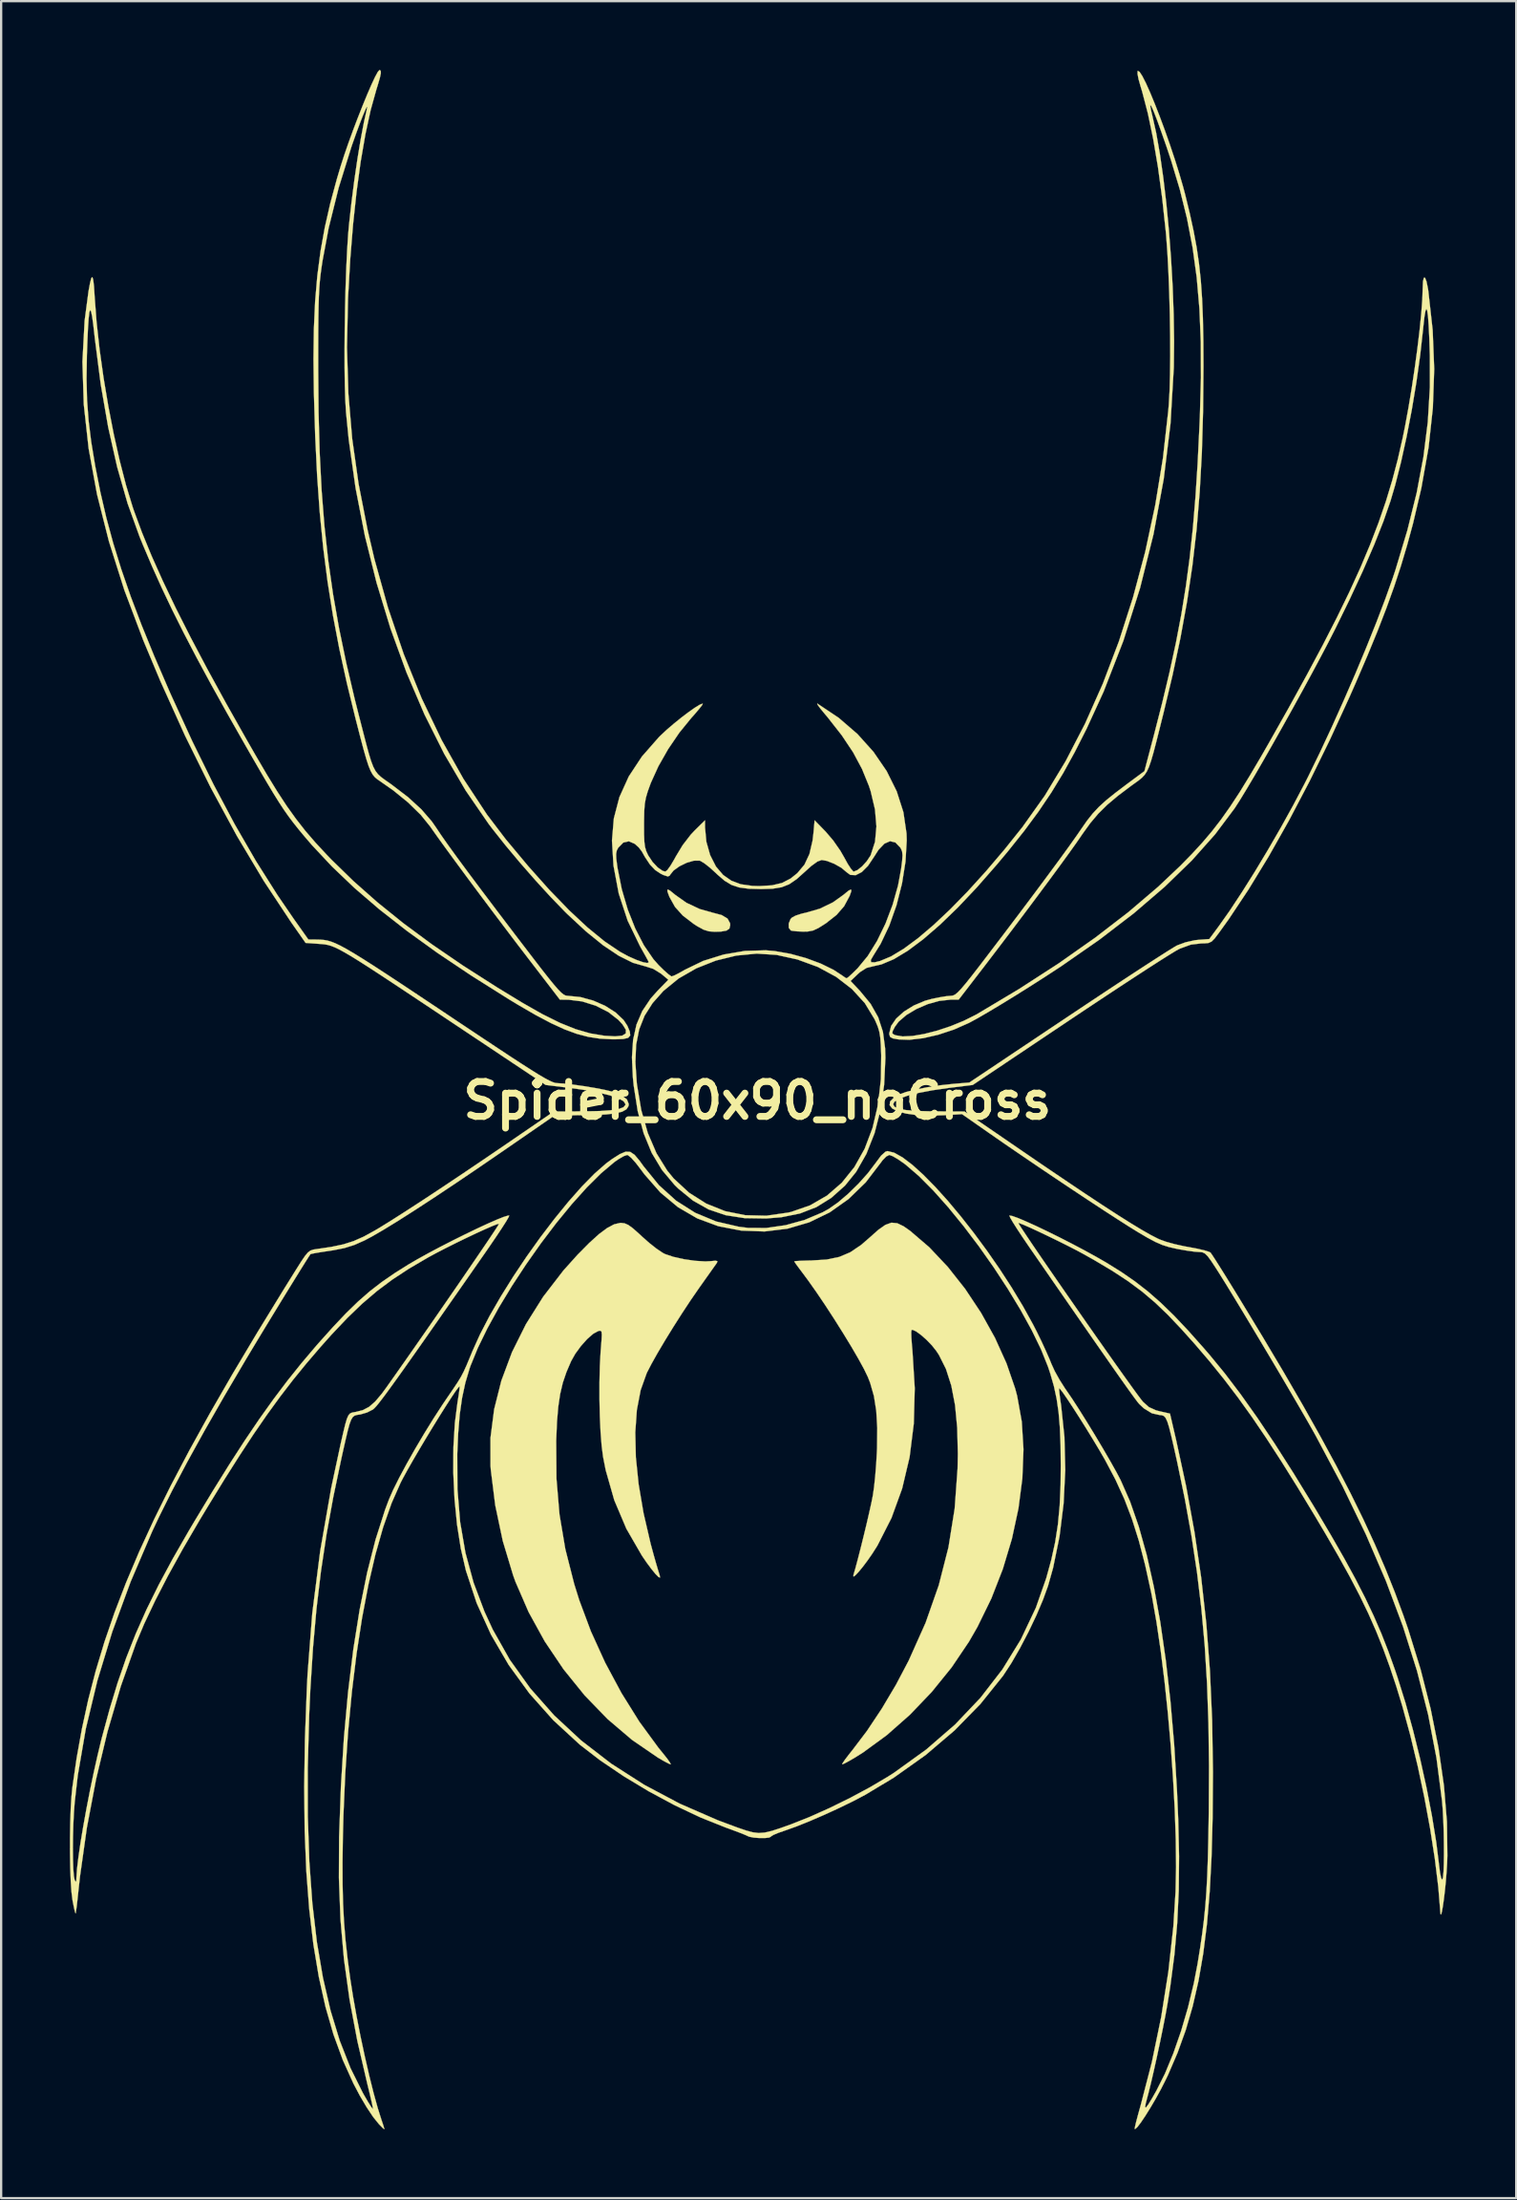
<source format=kicad_pcb>
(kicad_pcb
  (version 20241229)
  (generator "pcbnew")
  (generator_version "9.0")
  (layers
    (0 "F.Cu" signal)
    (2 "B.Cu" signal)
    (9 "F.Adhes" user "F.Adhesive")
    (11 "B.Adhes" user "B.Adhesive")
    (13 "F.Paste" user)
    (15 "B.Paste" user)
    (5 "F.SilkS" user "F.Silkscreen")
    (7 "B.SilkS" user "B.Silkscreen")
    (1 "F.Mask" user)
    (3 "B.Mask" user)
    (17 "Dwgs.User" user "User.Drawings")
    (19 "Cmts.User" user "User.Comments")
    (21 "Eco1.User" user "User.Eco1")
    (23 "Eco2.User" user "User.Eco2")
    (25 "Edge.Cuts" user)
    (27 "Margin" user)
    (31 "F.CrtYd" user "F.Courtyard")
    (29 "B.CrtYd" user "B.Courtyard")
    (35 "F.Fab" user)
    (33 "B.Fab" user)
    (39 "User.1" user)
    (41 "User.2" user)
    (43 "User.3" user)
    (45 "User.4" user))
  (footprint "Spider_60x90_noCross"
    (layer "F.Cu")
    (at 30.01 44.963)
    (property "Reference" "Spider_60x90_noCross" (at 0 0 0) (layer "F.SilkS") (effects (font (size 1.524 1.524) (thickness 0.3))))
    (attr through_hole)
    (fp_poly (pts (xy -3.82 -9.167) (xy -3.612 -8.998) (xy -3.585 -8.975) (xy -3.096 -8.63) (xy -2.517 -8.358) (xy -1.964 -8.202) (xy -1.556 -8.093) (xy -1.303 -7.941) (xy -1.192 -7.738) (xy -1.185 -7.658) (xy -1.221 -7.507) (xy -1.346 -7.417) (xy -1.59 -7.374) (xy -1.86 -7.366) (xy -2.115 -7.385) (xy -2.346 -7.456) (xy -2.615 -7.602) (xy -2.786 -7.713) (xy -3.256 -8.073) (xy -3.594 -8.448) (xy -3.835 -8.879) (xy -3.851 -8.916) (xy -3.928 -9.128) (xy -3.922 -9.211) (xy -3.82 -9.167)) (stroke (width 0.01) (type solid)) (fill yes) (layer "F.SilkS"))
    (fp_poly (pts (xy 4.101 -9.142) (xy 4.032 -8.943) (xy 4.02 -8.916) (xy 3.785 -8.479) (xy 3.456 -8.101) (xy 2.998 -7.741) (xy 2.956 -7.713) (xy 2.656 -7.525) (xy 2.426 -7.42) (xy 2.205 -7.378) (xy 2.001 -7.373) (xy 1.73 -7.384) (xy 1.523 -7.407) (xy 1.46 -7.422) (xy 1.37 -7.536) (xy 1.367 -7.723) (xy 1.445 -7.914) (xy 1.503 -7.98) (xy 1.666 -8.069) (xy 1.93 -8.155) (xy 2.133 -8.202) (xy 2.725 -8.372) (xy 3.299 -8.65) (xy 3.755 -8.975) (xy 3.973 -9.155) (xy 4.085 -9.212) (xy 4.101 -9.142)) (stroke (width 0.01) (type solid)) (fill yes) (layer "F.SilkS"))
    (fp_poly (pts (xy 6.105 5.349) (xy 6.381 5.481) (xy 6.671 5.684) (xy 7.504 6.398) (xy 8.31 7.252) (xy 9.07 8.215) (xy 9.763 9.257) (xy 10.371 10.35) (xy 10.874 11.462) (xy 11.254 12.564) (xy 11.338 12.879) (xy 11.541 14.004) (xy 11.615 15.213) (xy 11.566 16.482) (xy 11.396 17.789) (xy 11.111 19.113) (xy 10.715 20.43) (xy 10.212 21.72) (xy 9.606 22.959) (xy 9.236 23.603) (xy 8.481 24.722) (xy 7.613 25.793) (xy 6.66 26.789) (xy 5.65 27.68) (xy 4.61 28.439) (xy 4.269 28.653) (xy 4.01 28.804) (xy 3.807 28.913) (xy 3.704 28.956) (xy 3.703 28.956) (xy 3.724 28.896) (xy 3.835 28.734) (xy 4.014 28.5) (xy 4.141 28.342) (xy 4.785 27.493) (xy 5.432 26.522) (xy 6.053 25.476) (xy 6.606 24.426) (xy 7.343 22.778) (xy 7.919 21.138) (xy 8.341 19.486) (xy 8.612 17.797) (xy 8.739 16.049) (xy 8.751 15.409) (xy 8.723 14.275) (xy 8.629 13.287) (xy 8.466 12.435) (xy 8.232 11.707) (xy 7.924 11.093) (xy 7.811 10.921) (xy 7.617 10.677) (xy 7.383 10.435) (xy 7.144 10.224) (xy 6.932 10.069) (xy 6.778 9.998) (xy 6.728 10.008) (xy 6.716 10.107) (xy 6.722 10.336) (xy 6.745 10.659) (xy 6.769 10.921) (xy 6.869 12.549) (xy 6.827 14.094) (xy 6.644 15.553) (xy 6.319 16.925) (xy 5.854 18.206) (xy 5.249 19.394) (xy 5.199 19.477) (xy 5.008 19.776) (xy 4.802 20.071) (xy 4.599 20.34) (xy 4.417 20.56) (xy 4.277 20.709) (xy 4.195 20.764) (xy 4.19 20.702) (xy 4.191 20.701) (xy 4.272 20.425) (xy 4.38 20.023) (xy 4.505 19.536) (xy 4.637 19.004) (xy 4.767 18.467) (xy 4.883 17.965) (xy 4.978 17.538) (xy 5.039 17.23) (xy 5.093 16.86) (xy 5.144 16.377) (xy 5.187 15.837) (xy 5.218 15.294) (xy 5.224 15.153) (xy 5.233 14.275) (xy 5.189 13.53) (xy 5.087 12.886) (xy 4.923 12.313) (xy 4.822 12.055) (xy 4.655 11.71) (xy 4.407 11.257) (xy 4.095 10.722) (xy 3.737 10.135) (xy 3.352 9.524) (xy 2.956 8.916) (xy 2.567 8.341) (xy 2.203 7.826) (xy 1.976 7.521) (xy 1.796 7.281) (xy 1.665 7.101) (xy 1.61 7.015) (xy 1.609 7.013) (xy 1.688 6.999) (xy 1.897 6.987) (xy 2.2 6.977) (xy 2.362 6.974) (xy 3.022 6.933) (xy 3.571 6.82) (xy 4.056 6.614) (xy 4.526 6.298) (xy 4.915 5.96) (xy 5.292 5.626) (xy 5.594 5.416) (xy 5.854 5.325) (xy 6.105 5.349)) (stroke (width 0.01) (type solid)) (fill yes) (layer "F.SilkS"))
    (fp_poly (pts (xy -5.795 5.353) (xy -5.635 5.424) (xy -5.436 5.568) (xy -5.167 5.806) (xy -5.032 5.932) (xy -4.722 6.207) (xy -4.41 6.453) (xy -4.145 6.633) (xy -4.037 6.691) (xy -3.669 6.815) (xy -3.206 6.918) (xy -2.718 6.988) (xy -2.276 7.015) (xy -2.054 7.004) (xy -1.831 6.984) (xy -1.745 7.002) (xy -1.764 7.071) (xy -1.795 7.117) (xy -1.884 7.242) (xy -2.048 7.474) (xy -2.267 7.782) (xy -2.517 8.135) (xy -2.565 8.203) (xy -2.917 8.713) (xy -3.291 9.28) (xy -3.669 9.873) (xy -4.03 10.459) (xy -4.355 11.007) (xy -4.623 11.484) (xy -4.817 11.859) (xy -4.834 11.896) (xy -5.096 12.631) (xy -5.261 13.494) (xy -5.33 14.473) (xy -5.305 15.557) (xy -5.184 16.736) (xy -4.969 17.997) (xy -4.66 19.329) (xy -4.527 19.82) (xy -4.428 20.167) (xy -4.34 20.465) (xy -4.278 20.667) (xy -4.264 20.709) (xy -4.248 20.807) (xy -4.314 20.783) (xy -4.445 20.652) (xy -4.626 20.431) (xy -4.844 20.137) (xy -5.037 19.855) (xy -5.719 18.675) (xy -6.246 17.433) (xy -6.621 16.119) (xy -6.736 15.536) (xy -6.797 15.065) (xy -6.844 14.464) (xy -6.876 13.775) (xy -6.893 13.037) (xy -6.893 12.289) (xy -6.876 11.573) (xy -6.841 10.928) (xy -6.832 10.823) (xy -6.802 10.447) (xy -6.791 10.211) (xy -6.803 10.085) (xy -6.843 10.038) (xy -6.913 10.043) (xy -6.941 10.05) (xy -7.163 10.169) (xy -7.428 10.4) (xy -7.702 10.706) (xy -7.952 11.048) (xy -8.132 11.369) (xy -8.336 11.845) (xy -8.494 12.311) (xy -8.61 12.803) (xy -8.692 13.354) (xy -8.747 14.001) (xy -8.78 14.778) (xy -8.782 14.859) (xy -8.77 16.495) (xy -8.639 18.048) (xy -8.384 19.562) (xy -7.997 21.083) (xy -7.776 21.79) (xy -7.267 23.152) (xy -6.645 24.517) (xy -5.933 25.843) (xy -5.154 27.091) (xy -4.327 28.22) (xy -4.128 28.465) (xy -3.942 28.698) (xy -3.819 28.871) (xy -3.781 28.953) (xy -3.786 28.956) (xy -3.887 28.915) (xy -4.089 28.808) (xy -4.348 28.657) (xy -4.353 28.653) (xy -5.47 27.889) (xy -6.538 26.98) (xy -7.54 25.946) (xy -8.46 24.809) (xy -9.281 23.591) (xy -9.986 22.311) (xy -10.559 20.991) (xy -10.66 20.713) (xy -11.113 19.21) (xy -11.443 17.65) (xy -11.637 16.095) (xy -11.649 15.932) (xy -11.65 14.709) (xy -11.49 13.466) (xy -11.175 12.217) (xy -10.711 10.974) (xy -10.101 9.75) (xy -9.353 8.56) (xy -8.471 7.415) (xy -7.849 6.723) (xy -7.339 6.208) (xy -6.912 5.821) (xy -6.553 5.554) (xy -6.25 5.395) (xy -5.988 5.335) (xy -5.95 5.334) (xy -5.795 5.353)) (stroke (width 0.01) (type solid)) (fill yes) (layer "F.SilkS"))
    (fp_poly (pts (xy -16.443 -44.929) (xy -16.435 -44.825) (xy -16.477 -44.623) (xy -16.572 -44.297) (xy -16.63 -44.111) (xy -16.881 -43.211) (xy -17.11 -42.157) (xy -17.316 -40.965) (xy -17.496 -39.649) (xy -17.649 -38.224) (xy -17.772 -36.706) (xy -17.863 -35.108) (xy -17.87 -34.953) (xy -17.914 -32.86) (xy -17.854 -30.849) (xy -17.687 -28.876) (xy -17.407 -26.9) (xy -17.011 -24.877) (xy -16.714 -23.616) (xy -16.125 -21.505) (xy -15.437 -19.479) (xy -14.655 -17.55) (xy -13.784 -15.732) (xy -12.83 -14.035) (xy -11.8 -12.473) (xy -10.987 -11.405) (xy -10.006 -10.231) (xy -9.082 -9.196) (xy -8.216 -8.302) (xy -7.412 -7.552) (xy -6.673 -6.949) (xy -6 -6.495) (xy -5.633 -6.296) (xy -5.275 -6.137) (xy -4.99 -6.037) (xy -4.803 -6.003) (xy -4.741 -6.039) (xy -4.78 -6.12) (xy -4.885 -6.313) (xy -5.037 -6.584) (xy -5.122 -6.735) (xy -5.664 -7.855) (xy -6.052 -9.035) (xy -6.281 -10.254) (xy -6.312 -10.767) (xy -6.166 -10.767) (xy -6.16 -10.56) (xy -6.119 -10.244) (xy -6.104 -10.142) (xy -5.919 -9.22) (xy -5.658 -8.333) (xy -5.332 -7.509) (xy -4.956 -6.779) (xy -4.54 -6.172) (xy -4.314 -5.916) (xy -4.079 -5.685) (xy -3.882 -5.512) (xy -3.758 -5.424) (xy -3.74 -5.419) (xy -3.627 -5.459) (xy -3.417 -5.565) (xy -3.16 -5.71) (xy -2.361 -6.096) (xy -1.474 -6.372) (xy -0.549 -6.53) (xy 0.365 -6.557) (xy 0.757 -6.524) (xy 1.436 -6.405) (xy 2.121 -6.217) (xy 2.767 -5.978) (xy 3.327 -5.704) (xy 3.683 -5.471) (xy 3.828 -5.37) (xy 3.898 -5.337) (xy 3.975 -5.391) (xy 4.136 -5.538) (xy 4.349 -5.746) (xy 4.381 -5.779) (xy 4.816 -6.306) (xy 5.225 -6.966) (xy 5.593 -7.723) (xy 5.903 -8.541) (xy 6.14 -9.383) (xy 6.272 -10.093) (xy 6.319 -10.46) (xy 6.335 -10.703) (xy 6.318 -10.866) (xy 6.267 -10.991) (xy 6.238 -11.039) (xy 6.025 -11.261) (xy 5.793 -11.318) (xy 5.546 -11.211) (xy 5.288 -10.941) (xy 5.095 -10.64) (xy 4.828 -10.241) (xy 4.556 -9.97) (xy 4.293 -9.835) (xy 4.057 -9.846) (xy 3.899 -9.961) (xy 3.669 -10.155) (xy 3.356 -10.332) (xy 3.033 -10.458) (xy 2.808 -10.497) (xy 2.623 -10.431) (xy 2.352 -10.235) (xy 2.084 -9.993) (xy 1.714 -9.662) (xy 1.39 -9.44) (xy 1.059 -9.309) (xy 0.668 -9.245) (xy 0.162 -9.229) (xy 0.161 -9.229) (xy -0.376 -9.243) (xy -0.791 -9.299) (xy -1.128 -9.41) (xy -1.432 -9.593) (xy -1.749 -9.865) (xy -1.814 -9.928) (xy -2.073 -10.164) (xy -2.312 -10.352) (xy -2.488 -10.458) (xy -2.517 -10.469) (xy -2.772 -10.467) (xy -3.084 -10.377) (xy -3.398 -10.224) (xy -3.66 -10.037) (xy -3.816 -9.841) (xy -3.826 -9.815) (xy -3.906 -9.778) (xy -4.099 -9.841) (xy -4.216 -9.897) (xy -4.462 -10.059) (xy -4.684 -10.292) (xy -4.911 -10.633) (xy -5.047 -10.875) (xy -5.179 -11.046) (xy -5.352 -11.202) (xy -5.61 -11.313) (xy -5.853 -11.257) (xy -6.068 -11.038) (xy -6.07 -11.037) (xy -6.137 -10.911) (xy -6.166 -10.767) (xy -6.312 -10.767) (xy -6.347 -11.345) (xy -6.266 -12.31) (xy -6.022 -13.241) (xy -5.614 -14.141) (xy -5.04 -15.011) (xy -4.3 -15.854) (xy -4.234 -15.92) (xy -3.964 -16.172) (xy -3.651 -16.441) (xy -3.322 -16.707) (xy -3.004 -16.947) (xy -2.726 -17.143) (xy -2.513 -17.273) (xy -2.394 -17.317) (xy -2.383 -17.312) (xy -2.422 -17.24) (xy -2.553 -17.074) (xy -2.752 -16.84) (xy -2.885 -16.692) (xy -3.405 -16.054) (xy -3.897 -15.331) (xy -4.323 -14.582) (xy -4.649 -13.865) (xy -4.665 -13.822) (xy -4.787 -13.486) (xy -4.867 -13.212) (xy -4.915 -12.946) (xy -4.939 -12.635) (xy -4.947 -12.226) (xy -4.948 -12.065) (xy -4.947 -11.615) (xy -4.934 -11.295) (xy -4.904 -11.064) (xy -4.852 -10.883) (xy -4.772 -10.712) (xy -4.765 -10.697) (xy -4.575 -10.411) (xy -4.352 -10.173) (xy -4.136 -10.023) (xy -4.015 -9.991) (xy -3.928 -10.061) (xy -3.792 -10.249) (xy -3.63 -10.521) (xy -3.56 -10.65) (xy -3.261 -11.145) (xy -2.91 -11.6) (xy -2.752 -11.769) (xy -2.286 -12.229) (xy -2.286 -11.918) (xy -2.228 -11.296) (xy -2.063 -10.713) (xy -1.808 -10.211) (xy -1.494 -9.843) (xy -1.137 -9.594) (xy -0.728 -9.439) (xy -0.224 -9.368) (xy 0.085 -9.359) (xy 0.636 -9.391) (xy 1.076 -9.495) (xy 1.452 -9.689) (xy 1.745 -9.924) (xy 2.055 -10.294) (xy 2.273 -10.759) (xy 2.409 -11.343) (xy 2.449 -11.681) (xy 2.498 -12.229) (xy 2.983 -11.731) (xy 3.31 -11.348) (xy 3.621 -10.902) (xy 3.788 -10.612) (xy 3.946 -10.326) (xy 4.087 -10.109) (xy 4.187 -9.998) (xy 4.206 -9.991) (xy 4.368 -10.056) (xy 4.573 -10.221) (xy 4.776 -10.445) (xy 4.933 -10.682) (xy 4.948 -10.711) (xy 5.135 -11.291) (xy 5.197 -11.963) (xy 5.133 -12.705) (xy 4.946 -13.496) (xy 4.869 -13.73) (xy 4.568 -14.467) (xy 4.18 -15.192) (xy 3.685 -15.934) (xy 3.065 -16.724) (xy 2.928 -16.887) (xy 2.744 -17.11) (xy 2.633 -17.263) (xy 2.61 -17.322) (xy 2.625 -17.316) (xy 3.55 -16.699) (xy 4.368 -15.993) (xy 5.069 -15.213) (xy 5.644 -14.374) (xy 6.082 -13.492) (xy 6.374 -12.581) (xy 6.51 -11.656) (xy 6.519 -11.353) (xy 6.465 -10.425) (xy 6.313 -9.47) (xy 6.073 -8.526) (xy 5.758 -7.635) (xy 5.379 -6.838) (xy 5.06 -6.324) (xy 4.95 -6.133) (xy 4.966 -6.038) (xy 5.117 -6.032) (xy 5.355 -6.09) (xy 5.834 -6.29) (xy 6.391 -6.626) (xy 7.015 -7.087) (xy 7.695 -7.665) (xy 8.423 -8.351) (xy 9.187 -9.133) (xy 9.978 -10.004) (xy 10.786 -10.953) (xy 11.574 -11.938) (xy 12.545 -13.302) (xy 13.457 -14.81) (xy 14.304 -16.446) (xy 15.081 -18.193) (xy 15.781 -20.035) (xy 16.398 -21.957) (xy 16.929 -23.94) (xy 17.365 -25.969) (xy 17.703 -28.028) (xy 17.936 -30.1) (xy 17.957 -30.353) (xy 17.991 -30.938) (xy 18.011 -31.658) (xy 18.02 -32.481) (xy 18.017 -33.373) (xy 18.003 -34.301) (xy 17.978 -35.231) (xy 17.943 -36.13) (xy 17.899 -36.965) (xy 17.846 -37.703) (xy 17.825 -37.931) (xy 17.669 -39.377) (xy 17.485 -40.726) (xy 17.276 -41.959) (xy 17.046 -43.062) (xy 16.796 -44.017) (xy 16.722 -44.26) (xy 16.636 -44.567) (xy 16.593 -44.799) (xy 16.6 -44.917) (xy 16.605 -44.922) (xy 16.683 -44.878) (xy 16.804 -44.692) (xy 16.961 -44.384) (xy 17.145 -43.973) (xy 17.349 -43.478) (xy 17.566 -42.921) (xy 17.789 -42.32) (xy 18.009 -41.695) (xy 18.219 -41.066) (xy 18.412 -40.452) (xy 18.58 -39.873) (xy 18.672 -39.529) (xy 18.873 -38.703) (xy 19.039 -37.944) (xy 19.173 -37.224) (xy 19.277 -36.512) (xy 19.356 -35.778) (xy 19.411 -34.994) (xy 19.447 -34.129) (xy 19.466 -33.154) (xy 19.472 -32.046) (xy 19.455 -30.09) (xy 19.402 -28.27) (xy 19.308 -26.558) (xy 19.172 -24.922) (xy 18.988 -23.335) (xy 18.754 -21.766) (xy 18.467 -20.186) (xy 18.123 -18.565) (xy 17.733 -16.933) (xy 17.552 -16.208) (xy 17.406 -15.628) (xy 17.286 -15.172) (xy 17.184 -14.821) (xy 17.092 -14.556) (xy 17 -14.358) (xy 16.899 -14.206) (xy 16.783 -14.083) (xy 16.641 -13.967) (xy 16.465 -13.84) (xy 16.317 -13.734) (xy 15.737 -13.297) (xy 15.27 -12.904) (xy 14.88 -12.518) (xy 14.53 -12.104) (xy 14.184 -11.624) (xy 14.143 -11.563) (xy 13.911 -11.227) (xy 13.588 -10.775) (xy 13.187 -10.224) (xy 12.722 -9.592) (xy 12.205 -8.897) (xy 11.65 -8.156) (xy 11.07 -7.386) (xy 10.477 -6.606) (xy 9.886 -5.832) (xy 9.714 -5.609) (xy 8.785 -4.403) (xy 8.423 -4.403) (xy 7.942 -4.351) (xy 7.435 -4.209) (xy 6.943 -3.997) (xy 6.506 -3.736) (xy 6.166 -3.444) (xy 5.999 -3.217) (xy 5.903 -3.027) (xy 5.892 -2.931) (xy 5.971 -2.876) (xy 6.033 -2.851) (xy 6.343 -2.799) (xy 6.77 -2.82) (xy 7.281 -2.907) (xy 7.847 -3.052) (xy 8.434 -3.247) (xy 9.012 -3.483) (xy 9.55 -3.752) (xy 9.61 -3.786) (xy 11.441 -4.88) (xy 13.157 -5.99) (xy 14.746 -7.108) (xy 16.198 -8.225) (xy 17.501 -9.335) (xy 18.462 -10.243) (xy 18.966 -10.758) (xy 19.419 -11.25) (xy 19.838 -11.743) (xy 20.239 -12.261) (xy 20.638 -12.825) (xy 21.054 -13.458) (xy 21.5 -14.184) (xy 21.996 -15.025) (xy 22.323 -15.594) (xy 23.195 -17.137) (xy 23.976 -18.555) (xy 24.674 -19.861) (xy 25.294 -21.069) (xy 25.842 -22.194) (xy 26.324 -23.25) (xy 26.745 -24.25) (xy 27.113 -25.208) (xy 27.434 -26.139) (xy 27.712 -27.057) (xy 27.954 -27.974) (xy 28.167 -28.906) (xy 28.272 -29.422) (xy 28.42 -30.228) (xy 28.562 -31.079) (xy 28.692 -31.944) (xy 28.807 -32.792) (xy 28.904 -33.594) (xy 28.977 -34.32) (xy 29.024 -34.939) (xy 29.04 -35.407) (xy 29.054 -35.734) (xy 29.091 -35.896) (xy 29.145 -35.896) (xy 29.207 -35.736) (xy 29.272 -35.418) (xy 29.286 -35.326) (xy 29.477 -33.609) (xy 29.544 -31.916) (xy 29.485 -30.222) (xy 29.298 -28.499) (xy 28.982 -26.72) (xy 28.616 -25.166) (xy 28.362 -24.232) (xy 28.09 -23.323) (xy 27.79 -22.412) (xy 27.452 -21.473) (xy 27.067 -20.478) (xy 26.624 -19.402) (xy 26.114 -18.216) (xy 25.847 -17.611) (xy 24.98 -15.723) (xy 24.098 -13.924) (xy 23.208 -12.229) (xy 22.318 -10.652) (xy 21.436 -9.207) (xy 20.57 -7.907) (xy 20.152 -7.326) (xy 19.965 -7.079) (xy 19.826 -6.939) (xy 19.686 -6.876) (xy 19.493 -6.859) (xy 19.365 -6.858) (xy 18.922 -6.805) (xy 18.449 -6.633) (xy 18.415 -6.617) (xy 18.253 -6.527) (xy 17.965 -6.351) (xy 17.565 -6.099) (xy 17.066 -5.779) (xy 16.484 -5.401) (xy 15.831 -4.974) (xy 15.123 -4.507) (xy 14.372 -4.009) (xy 13.654 -3.53) (xy 9.4 -0.683) (xy 8.362 -0.554) (xy 7.641 -0.451) (xy 7.03 -0.335) (xy 6.54 -0.21) (xy 6.186 -0.079) (xy 5.978 0.054) (xy 5.927 0.158) (xy 5.985 0.268) (xy 6.168 0.352) (xy 6.485 0.412) (xy 6.948 0.449) (xy 7.566 0.467) (xy 7.72 0.468) (xy 9.047 0.476) (xy 11.276 2.003) (xy 12.415 2.782) (xy 13.424 3.465) (xy 14.31 4.06) (xy 15.082 4.57) (xy 15.746 5) (xy 16.31 5.355) (xy 16.781 5.64) (xy 17.166 5.859) (xy 17.474 6.017) (xy 17.558 6.056) (xy 17.837 6.157) (xy 18.22 6.263) (xy 18.643 6.356) (xy 18.838 6.391) (xy 19.205 6.46) (xy 19.513 6.532) (xy 19.72 6.597) (xy 19.781 6.631) (xy 19.849 6.728) (xy 19.993 6.949) (xy 20.199 7.274) (xy 20.455 7.683) (xy 20.746 8.154) (xy 21.016 8.594) (xy 22.042 10.283) (xy 22.973 11.848) (xy 23.817 13.302) (xy 24.58 14.659) (xy 25.269 15.929) (xy 25.89 17.127) (xy 26.449 18.264) (xy 26.953 19.355) (xy 27.409 20.41) (xy 27.823 21.444) (xy 28.202 22.468) (xy 28.411 23.072) (xy 28.948 24.805) (xy 29.389 26.533) (xy 29.73 28.233) (xy 29.968 29.882) (xy 30.099 31.458) (xy 30.119 32.937) (xy 30.107 33.274) (xy 30.083 33.663) (xy 30.05 34.069) (xy 30.01 34.468) (xy 29.966 34.835) (xy 29.921 35.146) (xy 29.881 35.376) (xy 29.846 35.502) (xy 29.822 35.498) (xy 29.813 35.421) (xy 29.722 34.306) (xy 29.571 33.073) (xy 29.366 31.758) (xy 29.115 30.399) (xy 28.825 29.033) (xy 28.503 27.696) (xy 28.156 26.425) (xy 27.891 25.558) (xy 27.606 24.705) (xy 27.315 23.906) (xy 27.007 23.139) (xy 26.67 22.376) (xy 26.291 21.593) (xy 25.858 20.764) (xy 25.36 19.866) (xy 24.784 18.871) (xy 24.336 18.117) (xy 23.574 16.859) (xy 22.87 15.733) (xy 22.212 14.719) (xy 21.585 13.796) (xy 20.973 12.944) (xy 20.363 12.144) (xy 19.741 11.375) (xy 19.091 10.616) (xy 18.503 9.96) (xy 17.919 9.345) (xy 17.36 8.81) (xy 16.791 8.328) (xy 16.18 7.875) (xy 15.493 7.425) (xy 14.698 6.952) (xy 14.266 6.709) (xy 13.946 6.536) (xy 13.558 6.337) (xy 13.131 6.124) (xy 12.695 5.912) (xy 12.279 5.714) (xy 11.911 5.544) (xy 11.621 5.417) (xy 11.436 5.345) (xy 11.391 5.334) (xy 11.425 5.401) (xy 11.545 5.59) (xy 11.743 5.888) (xy 12.007 6.28) (xy 12.327 6.749) (xy 12.693 7.281) (xy 13.094 7.862) (xy 13.52 8.476) (xy 13.96 9.108) (xy 14.403 9.744) (xy 14.84 10.368) (xy 15.261 10.965) (xy 15.653 11.52) (xy 16.008 12.018) (xy 16.314 12.445) (xy 16.561 12.785) (xy 16.739 13.023) (xy 16.832 13.14) (xy 17.093 13.372) (xy 17.402 13.511) (xy 17.562 13.553) (xy 18.01 13.653) (xy 18.278 14.806) (xy 18.715 16.823) (xy 19.078 18.81) (xy 19.371 20.797) (xy 19.595 22.809) (xy 19.754 24.876) (xy 19.85 27.024) (xy 19.886 29.282) (xy 19.871 31.284) (xy 19.825 32.972) (xy 19.744 34.51) (xy 19.624 35.915) (xy 19.462 37.204) (xy 19.256 38.394) (xy 19.003 39.501) (xy 18.699 40.542) (xy 18.342 41.533) (xy 17.929 42.493) (xy 17.823 42.714) (xy 17.62 43.115) (xy 17.395 43.526) (xy 17.163 43.922) (xy 16.941 44.279) (xy 16.744 44.572) (xy 16.589 44.775) (xy 16.49 44.863) (xy 16.47 44.86) (xy 16.481 44.773) (xy 16.532 44.555) (xy 16.616 44.238) (xy 16.723 43.855) (xy 16.734 43.815) (xy 17.22 41.942) (xy 17.625 39.985) (xy 17.94 37.998) (xy 18.157 36.036) (xy 18.254 34.502) (xy 18.276 33.427) (xy 18.263 32.22) (xy 18.218 30.913) (xy 18.143 29.537) (xy 18.042 28.124) (xy 17.917 26.708) (xy 17.771 25.321) (xy 17.605 23.994) (xy 17.423 22.76) (xy 17.228 21.652) (xy 17.186 21.439) (xy 16.926 20.255) (xy 16.653 19.206) (xy 16.354 18.257) (xy 16.016 17.374) (xy 15.626 16.523) (xy 15.173 15.669) (xy 14.938 15.263) (xy 14.643 14.771) (xy 14.342 14.282) (xy 14.049 13.816) (xy 13.777 13.393) (xy 13.54 13.034) (xy 13.351 12.759) (xy 13.223 12.59) (xy 13.17 12.545) (xy 13.172 12.635) (xy 13.195 12.853) (xy 13.236 13.158) (xy 13.257 13.293) (xy 13.403 14.674) (xy 13.439 16.118) (xy 13.366 17.579) (xy 13.188 19.015) (xy 12.908 20.382) (xy 12.687 21.167) (xy 12.47 21.767) (xy 12.178 22.453) (xy 11.833 23.176) (xy 11.461 23.887) (xy 11.087 24.536) (xy 10.734 25.075) (xy 10.715 25.102) (xy 9.734 26.323) (xy 8.606 27.475) (xy 7.343 28.549) (xy 5.955 29.534) (xy 4.696 30.29) (xy 4.173 30.565) (xy 3.566 30.86) (xy 2.923 31.155) (xy 2.287 31.43) (xy 1.706 31.663) (xy 1.225 31.835) (xy 1.206 31.841) (xy 0.914 31.943) (xy 0.697 32.034) (xy 0.596 32.098) (xy 0.593 32.105) (xy 0.518 32.148) (xy 0.331 32.169) (xy 0.086 32.169) (xy -0.16 32.15) (xy -0.352 32.112) (xy -0.403 32.091) (xy -0.542 32.028) (xy -0.799 31.926) (xy -1.135 31.8) (xy -1.397 31.705) (xy -2.474 31.275) (xy -3.603 30.742) (xy -4.741 30.131) (xy -5.842 29.468) (xy -6.864 28.778) (xy -7.747 28.098) (xy -8.909 27.029) (xy -9.948 25.864) (xy -10.857 24.615) (xy -11.628 23.295) (xy -12.253 21.919) (xy -12.723 20.5) (xy -12.945 19.543) (xy -13.11 18.495) (xy -13.22 17.377) (xy -13.273 16.235) (xy -13.27 15.415) (xy -13.1 15.415) (xy -13.093 16.952) (xy -12.975 18.382) (xy -12.742 19.732) (xy -12.389 21.027) (xy -11.911 22.295) (xy -11.552 23.072) (xy -10.807 24.392) (xy -9.911 25.642) (xy -8.872 26.817) (xy -7.693 27.912) (xy -6.383 28.922) (xy -4.946 29.843) (xy -3.388 30.67) (xy -1.715 31.398) (xy -0.847 31.72) (xy -0.487 31.842) (xy -0.198 31.919) (xy 0.057 31.95) (xy 0.319 31.93) (xy 0.626 31.859) (xy 1.017 31.732) (xy 1.482 31.566) (xy 2.281 31.249) (xy 3.156 30.857) (xy 4.053 30.416) (xy 4.916 29.953) (xy 5.691 29.496) (xy 5.969 29.318) (xy 7.372 28.307) (xy 8.629 27.218) (xy 9.737 26.053) (xy 10.695 24.814) (xy 11.502 23.504) (xy 12.156 22.124) (xy 12.61 20.831) (xy 12.831 20.025) (xy 12.999 19.259) (xy 13.118 18.49) (xy 13.195 17.675) (xy 13.235 16.771) (xy 13.244 15.917) (xy 13.234 15.02) (xy 13.203 14.258) (xy 13.148 13.6) (xy 13.063 13.012) (xy 12.945 12.462) (xy 12.789 11.918) (xy 12.683 11.6) (xy 12.38 10.846) (xy 11.975 10.013) (xy 11.485 9.124) (xy 10.927 8.203) (xy 10.316 7.272) (xy 9.67 6.356) (xy 9.004 5.477) (xy 8.335 4.658) (xy 7.68 3.923) (xy 7.055 3.295) (xy 6.476 2.797) (xy 6.404 2.742) (xy 6.14 2.559) (xy 5.912 2.426) (xy 5.766 2.371) (xy 5.759 2.371) (xy 5.626 2.437) (xy 5.463 2.603) (xy 5.396 2.695) (xy 4.73 3.565) (xy 3.98 4.293) (xy 3.156 4.876) (xy 2.264 5.308) (xy 1.314 5.587) (xy 0.315 5.708) (xy -0.705 5.67) (xy -1.703 5.478) (xy -2.622 5.139) (xy -3.465 4.649) (xy -4.234 4.008) (xy -4.932 3.213) (xy -5.08 3.013) (xy -5.309 2.715) (xy -5.507 2.495) (xy -5.65 2.381) (xy -5.684 2.371) (xy -5.827 2.419) (xy -6.047 2.545) (xy -6.238 2.677) (xy -6.818 3.165) (xy -7.444 3.786) (xy -8.102 4.518) (xy -8.775 5.337) (xy -9.446 6.221) (xy -10.098 7.146) (xy -10.717 8.088) (xy -11.285 9.025) (xy -11.786 9.934) (xy -12.204 10.791) (xy -12.523 11.572) (xy -12.562 11.684) (xy -12.747 12.305) (xy -12.889 12.963) (xy -12.993 13.692) (xy -13.062 14.524) (xy -13.1 15.415) (xy -13.27 15.415) (xy -13.268 15.115) (xy -13.205 14.062) (xy -13.09 13.166) (xy -13.039 12.849) (xy -13.005 12.605) (xy -12.994 12.475) (xy -12.996 12.464) (xy -13.053 12.514) (xy -13.183 12.69) (xy -13.371 12.97) (xy -13.606 13.334) (xy -13.875 13.761) (xy -14.164 14.23) (xy -14.461 14.719) (xy -14.753 15.209) (xy -15.027 15.677) (xy -15.27 16.104) (xy -15.47 16.468) (xy -15.572 16.665) (xy -15.967 17.558) (xy -16.335 18.606) (xy -16.674 19.799) (xy -16.981 21.124) (xy -17.256 22.569) (xy -17.496 24.123) (xy -17.699 25.775) (xy -17.864 27.512) (xy -17.988 29.322) (xy -18.07 31.195) (xy -18.094 32.136) (xy -18.109 33.222) (xy -18.106 34.177) (xy -18.085 35.041) (xy -18.042 35.85) (xy -17.977 36.643) (xy -17.886 37.459) (xy -17.771 38.312) (xy -17.647 39.098) (xy -17.496 39.944) (xy -17.324 40.819) (xy -17.138 41.689) (xy -16.946 42.522) (xy -16.755 43.287) (xy -16.571 43.951) (xy -16.403 44.481) (xy -16.391 44.514) (xy -16.32 44.728) (xy -16.285 44.856) (xy -16.286 44.873) (xy -16.353 44.818) (xy -16.489 44.681) (xy -16.527 44.641) (xy -16.772 44.337) (xy -17.055 43.913) (xy -17.354 43.406) (xy -17.63 42.884) (xy -18.096 41.854) (xy -18.503 40.739) (xy -18.852 39.532) (xy -19.144 38.225) (xy -19.38 36.812) (xy -19.561 35.283) (xy -19.688 33.633) (xy -19.761 31.853) (xy -19.781 29.935) (xy -19.75 27.873) (xy -19.667 25.659) (xy -19.635 25.019) (xy -19.429 22.363) (xy -19.083 19.645) (xy -18.602 16.893) (xy -18.193 14.986) (xy -18.078 14.487) (xy -17.991 14.128) (xy -17.92 13.885) (xy -17.854 13.734) (xy -17.782 13.65) (xy -17.692 13.609) (xy -17.573 13.587) (xy -17.529 13.58) (xy -17.221 13.502) (xy -16.95 13.36) (xy -16.685 13.13) (xy -16.395 12.787) (xy -16.196 12.516) (xy -15.817 11.98) (xy -15.402 11.39) (xy -14.961 10.76) (xy -14.504 10.104) (xy -14.042 9.439) (xy -13.584 8.777) (xy -13.14 8.134) (xy -12.721 7.524) (xy -12.336 6.962) (xy -11.995 6.462) (xy -11.709 6.04) (xy -11.488 5.709) (xy -11.341 5.483) (xy -11.279 5.379) (xy -11.278 5.374) (xy -11.366 5.392) (xy -11.58 5.476) (xy -11.891 5.612) (xy -12.275 5.787) (xy -12.704 5.991) (xy -13.153 6.209) (xy -13.595 6.43) (xy -14.004 6.641) (xy -14.355 6.83) (xy -14.393 6.852) (xy -15.208 7.33) (xy -15.935 7.807) (xy -16.606 8.308) (xy -17.252 8.859) (xy -17.904 9.486) (xy -18.594 10.214) (xy -19.075 10.753) (xy -19.684 11.464) (xy -20.268 12.18) (xy -20.838 12.921) (xy -21.409 13.707) (xy -21.995 14.556) (xy -22.608 15.489) (xy -23.264 16.524) (xy -23.974 17.682) (xy -24.351 18.307) (xy -25.078 19.552) (xy -25.729 20.73) (xy -26.293 21.824) (xy -26.765 22.82) (xy -27.125 23.676) (xy -27.785 25.542) (xy -28.368 27.527) (xy -28.865 29.596) (xy -29.268 31.714) (xy -29.569 33.847) (xy -29.636 34.459) (xy -29.677 34.845) (xy -29.714 35.163) (xy -29.744 35.38) (xy -29.76 35.46) (xy -29.786 35.397) (xy -29.831 35.205) (xy -29.887 34.924) (xy -29.897 34.867) (xy -29.94 34.522) (xy -29.972 34.043) (xy -29.994 33.466) (xy -30.005 32.827) (xy -30.005 32.629) (xy -29.879 32.629) (xy -29.874 33.112) (xy -29.86 33.522) (xy -29.836 33.827) (xy -29.803 33.994) (xy -29.753 34.084) (xy -29.73 34.032) (xy -29.724 33.892) (xy -29.698 33.513) (xy -29.636 32.997) (xy -29.545 32.372) (xy -29.427 31.666) (xy -29.29 30.907) (xy -29.138 30.122) (xy -28.975 29.34) (xy -28.807 28.589) (xy -28.64 27.895) (xy -28.616 27.802) (xy -28.277 26.551) (xy -27.926 25.397) (xy -27.549 24.307) (xy -27.133 23.253) (xy -26.665 22.202) (xy -26.132 21.124) (xy -25.521 19.989) (xy -24.817 18.765) (xy -24.559 18.33) (xy -23.779 17.041) (xy -23.059 15.885) (xy -22.386 14.844) (xy -21.746 13.899) (xy -21.127 13.032) (xy -20.516 12.223) (xy -19.899 11.453) (xy -19.264 10.704) (xy -19.158 10.583) (xy -18.52 9.872) (xy -17.954 9.274) (xy -17.43 8.765) (xy -16.922 8.321) (xy -16.401 7.918) (xy -15.841 7.532) (xy -15.235 7.151) (xy -14.833 6.917) (xy -14.363 6.657) (xy -13.848 6.384) (xy -13.311 6.109) (xy -12.774 5.842) (xy -12.26 5.594) (xy -11.791 5.376) (xy -11.391 5.2) (xy -11.081 5.076) (xy -10.885 5.016) (xy -10.832 5.014) (xy -10.86 5.087) (xy -10.972 5.278) (xy -11.157 5.567) (xy -11.401 5.934) (xy -11.69 6.358) (xy -11.831 6.562) (xy -12.626 7.702) (xy -13.33 8.71) (xy -13.949 9.596) (xy -14.488 10.366) (xy -14.954 11.028) (xy -15.352 11.591) (xy -15.688 12.063) (xy -15.967 12.45) (xy -16.195 12.763) (xy -16.378 13.007) (xy -16.521 13.192) (xy -16.63 13.325) (xy -16.712 13.413) (xy -16.77 13.466) (xy -16.778 13.472) (xy -17.036 13.604) (xy -17.331 13.689) (xy -17.358 13.693) (xy -17.482 13.711) (xy -17.58 13.741) (xy -17.661 13.804) (xy -17.732 13.92) (xy -17.803 14.11) (xy -17.881 14.395) (xy -17.976 14.794) (xy -18.097 15.329) (xy -18.159 15.61) (xy -18.512 17.293) (xy -18.808 18.922) (xy -19.051 20.535) (xy -19.246 22.172) (xy -19.398 23.873) (xy -19.513 25.677) (xy -19.566 26.839) (xy -19.627 29.107) (xy -19.625 31.222) (xy -19.558 33.191) (xy -19.426 35.018) (xy -19.228 36.708) (xy -18.963 38.267) (xy -18.63 39.7) (xy -18.23 41.011) (xy -17.76 42.207) (xy -17.22 43.292) (xy -17.155 43.407) (xy -16.994 43.682) (xy -16.866 43.885) (xy -16.791 43.984) (xy -16.782 43.988) (xy -16.792 43.901) (xy -16.837 43.682) (xy -16.911 43.363) (xy -17.006 42.974) (xy -17.021 42.915) (xy -17.461 41.024) (xy -17.801 39.221) (xy -18.045 37.462) (xy -18.199 35.702) (xy -18.267 33.897) (xy -18.258 32.131) (xy -18.178 29.91) (xy -18.048 27.799) (xy -17.867 25.805) (xy -17.637 23.935) (xy -17.36 22.198) (xy -17.036 20.599) (xy -16.666 19.147) (xy -16.251 17.849) (xy -16.083 17.401) (xy -15.899 16.983) (xy -15.636 16.456) (xy -15.311 15.851) (xy -14.941 15.197) (xy -14.543 14.525) (xy -14.135 13.865) (xy -13.734 13.248) (xy -13.543 12.966) (xy -13.278 12.58) (xy -13.085 12.29) (xy -12.938 12.049) (xy -12.815 11.813) (xy -12.69 11.537) (xy -12.54 11.177) (xy -12.442 10.939) (xy -12.106 10.196) (xy -11.688 9.391) (xy -11.2 8.546) (xy -10.659 7.68) (xy -10.079 6.813) (xy -9.474 5.966) (xy -8.859 5.16) (xy -8.25 4.413) (xy -7.661 3.747) (xy -7.106 3.182) (xy -6.6 2.738) (xy -6.334 2.543) (xy -6.001 2.333) (xy -5.752 2.228) (xy -5.551 2.235) (xy -5.36 2.364) (xy -5.142 2.623) (xy -4.969 2.863) (xy -4.298 3.688) (xy -3.546 4.366) (xy -2.713 4.894) (xy -1.8 5.273) (xy -0.807 5.503) (xy -0.395 5.553) (xy 0.395 5.555) (xy 1.235 5.434) (xy 2.069 5.203) (xy 2.847 4.873) (xy 3.114 4.726) (xy 3.515 4.446) (xy 3.962 4.065) (xy 4.414 3.623) (xy 4.826 3.163) (xy 5.154 2.731) (xy 5.4 2.401) (xy 5.591 2.229) (xy 5.679 2.201) (xy 5.972 2.273) (xy 6.338 2.478) (xy 6.766 2.803) (xy 7.244 3.236) (xy 7.763 3.763) (xy 8.311 4.37) (xy 8.876 5.045) (xy 9.449 5.774) (xy 10.017 6.543) (xy 10.571 7.34) (xy 11.098 8.151) (xy 11.589 8.963) (xy 12.031 9.762) (xy 12.192 10.075) (xy 12.395 10.49) (xy 12.589 10.91) (xy 12.751 11.277) (xy 12.833 11.481) (xy 12.977 11.796) (xy 13.187 12.174) (xy 13.424 12.547) (xy 13.487 12.638) (xy 13.73 12.993) (xy 14.033 13.46) (xy 14.373 14.003) (xy 14.729 14.584) (xy 15.078 15.169) (xy 15.398 15.719) (xy 15.668 16.2) (xy 15.854 16.552) (xy 16.267 17.487) (xy 16.648 18.582) (xy 16.996 19.828) (xy 17.309 21.22) (xy 17.587 22.75) (xy 17.827 24.412) (xy 18.03 26.197) (xy 18.194 28.099) (xy 18.317 30.111) (xy 18.37 31.353) (xy 18.407 32.968) (xy 18.393 34.464) (xy 18.326 35.882) (xy 18.203 37.265) (xy 18.021 38.656) (xy 17.9 39.412) (xy 17.814 39.885) (xy 17.703 40.452) (xy 17.576 41.072) (xy 17.44 41.707) (xy 17.305 42.316) (xy 17.179 42.859) (xy 17.07 43.297) (xy 17.022 43.476) (xy 16.948 43.76) (xy 16.926 43.911) (xy 16.962 43.925) (xy 17.06 43.798) (xy 17.226 43.527) (xy 17.418 43.19) (xy 17.794 42.44) (xy 18.158 41.558) (xy 18.497 40.583) (xy 18.799 39.551) (xy 19.052 38.502) (xy 19.213 37.663) (xy 19.324 36.976) (xy 19.416 36.346) (xy 19.492 35.743) (xy 19.552 35.141) (xy 19.599 34.512) (xy 19.636 33.827) (xy 19.664 33.06) (xy 19.685 32.183) (xy 19.702 31.167) (xy 19.704 31.021) (xy 19.714 29.024) (xy 19.69 27.165) (xy 19.627 25.418) (xy 19.525 23.754) (xy 19.379 22.146) (xy 19.188 20.566) (xy 18.949 18.987) (xy 18.659 17.381) (xy 18.315 15.721) (xy 18.189 15.155) (xy 18.069 14.635) (xy 17.974 14.257) (xy 17.894 13.999) (xy 17.818 13.839) (xy 17.738 13.754) (xy 17.642 13.721) (xy 17.561 13.716) (xy 17.22 13.639) (xy 16.868 13.423) (xy 16.67 13.237) (xy 16.602 13.156) (xy 16.493 13.012) (xy 16.337 12.799) (xy 16.129 12.509) (xy 15.865 12.137) (xy 15.539 11.674) (xy 15.148 11.114) (xy 14.685 10.45) (xy 14.147 9.676) (xy 13.528 8.784) (xy 12.823 7.767) (xy 12.029 6.619) (xy 11.871 6.392) (xy 11.586 5.974) (xy 11.343 5.606) (xy 11.155 5.31) (xy 11.036 5.105) (xy 11 5.015) (xy 11.002 5.013) (xy 11.125 5.033) (xy 11.376 5.122) (xy 11.729 5.272) (xy 12.165 5.469) (xy 12.659 5.705) (xy 13.19 5.967) (xy 13.735 6.246) (xy 14.271 6.529) (xy 14.777 6.807) (xy 15.223 7.063) (xy 15.877 7.469) (xy 16.477 7.883) (xy 17.047 8.326) (xy 17.609 8.818) (xy 18.188 9.381) (xy 18.807 10.035) (xy 19.489 10.802) (xy 19.739 11.091) (xy 20.403 11.899) (xy 21.093 12.807) (xy 21.817 13.826) (xy 22.582 14.968) (xy 23.396 16.243) (xy 24.266 17.661) (xy 24.411 17.902) (xy 25.059 18.997) (xy 25.62 19.977) (xy 26.107 20.868) (xy 26.53 21.693) (xy 26.902 22.477) (xy 27.235 23.244) (xy 27.539 24.018) (xy 27.828 24.823) (xy 27.937 25.146) (xy 28.286 26.261) (xy 28.619 27.466) (xy 28.93 28.718) (xy 29.209 29.979) (xy 29.446 31.206) (xy 29.634 32.361) (xy 29.762 33.402) (xy 29.764 33.421) (xy 29.802 33.71) (xy 29.848 33.912) (xy 29.892 33.989) (xy 29.898 33.987) (xy 29.928 33.886) (xy 29.95 33.646) (xy 29.964 33.295) (xy 29.97 32.863) (xy 29.967 32.38) (xy 29.958 31.874) (xy 29.94 31.376) (xy 29.915 30.914) (xy 29.886 30.552) (xy 29.643 28.677) (xy 29.281 26.79) (xy 28.795 24.882) (xy 28.182 22.941) (xy 27.438 20.957) (xy 26.56 18.92) (xy 25.544 16.819) (xy 24.385 14.643) (xy 24.294 14.478) (xy 24.038 14.026) (xy 23.714 13.465) (xy 23.338 12.821) (xy 22.924 12.116) (xy 22.486 11.376) (xy 22.038 10.625) (xy 21.595 9.885) (xy 21.172 9.182) (xy 20.781 8.539) (xy 20.439 7.981) (xy 20.158 7.531) (xy 20.03 7.33) (xy 19.813 7) (xy 19.657 6.788) (xy 19.535 6.669) (xy 19.422 6.616) (xy 19.29 6.604) (xy 19.285 6.604) (xy 19.072 6.588) (xy 18.753 6.544) (xy 18.39 6.481) (xy 18.297 6.463) (xy 17.967 6.388) (xy 17.676 6.296) (xy 17.377 6.166) (xy 17.027 5.98) (xy 16.604 5.731) (xy 16.225 5.497) (xy 15.729 5.18) (xy 15.137 4.797) (xy 14.471 4.36) (xy 13.754 3.885) (xy 13.006 3.386) (xy 12.25 2.877) (xy 11.508 2.373) (xy 10.8 1.889) (xy 10.16 1.445) (xy 8.932 0.589) (xy 8.128 0.638) (xy 7.497 0.655) (xy 6.946 0.629) (xy 6.487 0.565) (xy 6.13 0.468) (xy 5.888 0.344) (xy 5.772 0.198) (xy 5.794 0.036) (xy 5.965 -0.137) (xy 6.196 -0.269) (xy 6.489 -0.376) (xy 6.912 -0.483) (xy 7.422 -0.583) (xy 7.98 -0.668) (xy 8.544 -0.729) (xy 8.561 -0.731) (xy 9.252 -0.788) (xy 13.58 -3.68) (xy 14.36 -4.2) (xy 15.109 -4.697) (xy 15.813 -5.162) (xy 16.458 -5.585) (xy 17.031 -5.958) (xy 17.518 -6.272) (xy 17.905 -6.519) (xy 18.18 -6.689) (xy 18.328 -6.774) (xy 18.329 -6.774) (xy 18.689 -6.906) (xy 19.094 -6.996) (xy 19.239 -7.012) (xy 19.726 -7.048) (xy 20.141 -7.609) (xy 20.621 -8.288) (xy 21.15 -9.09) (xy 21.711 -9.981) (xy 22.282 -10.93) (xy 22.846 -11.904) (xy 23.382 -12.871) (xy 23.872 -13.799) (xy 24.037 -14.124) (xy 24.55 -15.176) (xy 25.073 -16.295) (xy 25.593 -17.452) (xy 26.1 -18.618) (xy 26.579 -19.765) (xy 27.02 -20.863) (xy 27.409 -21.883) (xy 27.735 -22.797) (xy 27.854 -23.156) (xy 28.373 -24.881) (xy 28.778 -26.512) (xy 29.073 -28.077) (xy 29.264 -29.603) (xy 29.355 -31.119) (xy 29.354 -32.505) (xy 29.33 -33.248) (xy 29.302 -33.822) (xy 29.272 -34.228) (xy 29.238 -34.466) (xy 29.2 -34.537) (xy 29.16 -34.441) (xy 29.115 -34.179) (xy 29.067 -33.751) (xy 29.057 -33.647) (xy 28.931 -32.517) (xy 28.765 -31.335) (xy 28.566 -30.14) (xy 28.34 -28.969) (xy 28.096 -27.861) (xy 27.84 -26.853) (xy 27.636 -26.161) (xy 27.326 -25.268) (xy 26.921 -24.246) (xy 26.426 -23.102) (xy 25.843 -21.846) (xy 25.22 -20.574) (xy 24.933 -20.012) (xy 24.592 -19.363) (xy 24.209 -18.648) (xy 23.796 -17.889) (xy 23.365 -17.107) (xy 22.928 -16.323) (xy 22.497 -15.559) (xy 22.084 -14.835) (xy 21.701 -14.174) (xy 21.359 -13.597) (xy 21.071 -13.124) (xy 20.849 -12.778) (xy 20.831 -12.751) (xy 19.981 -11.618) (xy 18.963 -10.476) (xy 17.78 -9.328) (xy 16.434 -8.174) (xy 14.926 -7.018) (xy 13.259 -5.86) (xy 13.166 -5.799) (xy 12.536 -5.388) (xy 11.887 -4.974) (xy 11.246 -4.572) (xy 10.637 -4.199) (xy 10.087 -3.869) (xy 9.623 -3.6) (xy 9.268 -3.407) (xy 9.225 -3.385) (xy 8.577 -3.099) (xy 7.901 -2.876) (xy 7.239 -2.724) (xy 6.634 -2.654) (xy 6.16 -2.67) (xy 5.915 -2.714) (xy 5.796 -2.776) (xy 5.759 -2.885) (xy 5.757 -2.937) (xy 5.837 -3.256) (xy 6.058 -3.578) (xy 6.396 -3.882) (xy 6.824 -4.148) (xy 7.317 -4.355) (xy 7.615 -4.438) (xy 7.949 -4.506) (xy 8.252 -4.555) (xy 8.451 -4.572) (xy 8.536 -4.583) (xy 8.629 -4.627) (xy 8.743 -4.719) (xy 8.892 -4.874) (xy 9.09 -5.107) (xy 9.352 -5.434) (xy 9.69 -5.87) (xy 10.009 -6.287) (xy 10.753 -7.263) (xy 11.451 -8.185) (xy 12.094 -9.041) (xy 12.673 -9.819) (xy 13.181 -10.507) (xy 13.607 -11.094) (xy 13.944 -11.569) (xy 14.13 -11.839) (xy 14.39 -12.212) (xy 14.638 -12.525) (xy 14.905 -12.81) (xy 15.22 -13.098) (xy 15.617 -13.418) (xy 16.112 -13.793) (xy 16.895 -14.373) (xy 17.306 -15.928) (xy 17.674 -17.364) (xy 17.994 -18.703) (xy 18.27 -19.975) (xy 18.505 -21.208) (xy 18.703 -22.431) (xy 18.869 -23.672) (xy 19.008 -24.96) (xy 19.122 -26.324) (xy 19.217 -27.792) (xy 19.295 -29.393) (xy 19.314 -29.827) (xy 19.361 -31.529) (xy 19.355 -33.094) (xy 19.295 -34.548) (xy 19.176 -35.916) (xy 18.996 -37.222) (xy 18.751 -38.494) (xy 18.438 -39.755) (xy 18.054 -41.031) (xy 17.86 -41.612) (xy 17.629 -42.271) (xy 17.447 -42.775) (xy 17.309 -43.132) (xy 17.213 -43.349) (xy 17.157 -43.433) (xy 17.152 -43.434) (xy 17.153 -43.36) (xy 17.19 -43.17) (xy 17.234 -42.99) (xy 17.407 -42.219) (xy 17.568 -41.307) (xy 17.716 -40.277) (xy 17.848 -39.158) (xy 17.962 -37.975) (xy 18.055 -36.754) (xy 18.126 -35.522) (xy 18.171 -34.305) (xy 18.189 -33.129) (xy 18.178 -32.021) (xy 18.176 -31.962) (xy 18.033 -29.534) (xy 17.736 -27.112) (xy 17.292 -24.712) (xy 16.703 -22.356) (xy 15.975 -20.059) (xy 15.113 -17.842) (xy 14.366 -16.214) (xy 13.852 -15.202) (xy 13.348 -14.288) (xy 12.829 -13.437) (xy 12.271 -12.61) (xy 11.65 -11.77) (xy 10.94 -10.88) (xy 10.444 -10.287) (xy 9.578 -9.3) (xy 8.751 -8.426) (xy 7.969 -7.671) (xy 7.239 -7.04) (xy 6.566 -6.538) (xy 5.957 -6.171) (xy 5.419 -5.944) (xy 5.101 -5.872) (xy 4.768 -5.79) (xy 4.486 -5.612) (xy 4.384 -5.52) (xy 4.068 -5.219) (xy 4.474 -4.79) (xy 4.943 -4.221) (xy 5.273 -3.637) (xy 5.48 -3.003) (xy 5.576 -2.279) (xy 5.588 -1.868) (xy 5.533 -0.692) (xy 5.374 0.409) (xy 5.115 1.418) (xy 4.759 2.321) (xy 4.313 3.105) (xy 3.822 3.711) (xy 3.221 4.246) (xy 2.574 4.647) (xy 1.857 4.924) (xy 1.044 5.088) (xy 0.381 5.141) (xy -0.557 5.127) (xy -1.386 4.998) (xy -2.129 4.746) (xy -2.81 4.362) (xy -3.452 3.838) (xy -3.614 3.679) (xy -4.164 3.026) (xy -4.613 2.279) (xy -4.964 1.425) (xy -5.225 0.452) (xy -5.398 -0.654) (xy -5.434 -1.005) (xy -5.465 -1.668) (xy -5.325 -1.668) (xy -5.265 -0.782) (xy -5.254 -0.682) (xy -5.069 0.414) (xy -4.784 1.412) (xy -4.404 2.297) (xy -3.934 3.055) (xy -3.655 3.395) (xy -2.984 4.016) (xy -2.231 4.493) (xy -1.409 4.822) (xy -0.53 4.999) (xy 0.393 5.021) (xy 1.35 4.884) (xy 1.482 4.853) (xy 2.304 4.568) (xy 3.04 4.142) (xy 3.684 3.584) (xy 4.234 2.9) (xy 4.684 2.098) (xy 5.029 1.186) (xy 5.267 0.171) (xy 5.392 -0.938) (xy 5.405 -1.974) (xy 5.389 -2.426) (xy 5.364 -2.754) (xy 5.323 -3.005) (xy 5.257 -3.225) (xy 5.158 -3.46) (xy 5.113 -3.556) (xy 4.691 -4.251) (xy 4.128 -4.868) (xy 3.44 -5.398) (xy 2.641 -5.831) (xy 1.746 -6.158) (xy 0.835 -6.358) (xy -0.028 -6.413) (xy -0.922 -6.327) (xy -1.812 -6.109) (xy -2.662 -5.773) (xy -3.436 -5.329) (xy -4.1 -4.787) (xy -4.105 -4.782) (xy -4.574 -4.255) (xy -4.924 -3.704) (xy -5.161 -3.105) (xy -5.293 -2.435) (xy -5.325 -1.668) (xy -5.465 -1.668) (xy -5.475 -1.89) (xy -5.425 -2.652) (xy -5.277 -3.317) (xy -5.023 -3.91) (xy -4.657 -4.454) (xy -4.349 -4.799) (xy -3.886 -5.274) (xy -4.203 -5.537) (xy -4.546 -5.749) (xy -4.882 -5.856) (xy -5.431 -6.012) (xy -6.049 -6.319) (xy -6.734 -6.777) (xy -7.483 -7.383) (xy -8.293 -8.135) (xy -8.405 -8.246) (xy -9.015 -8.876) (xy -9.677 -9.599) (xy -10.35 -10.367) (xy -10.993 -11.134) (xy -11.563 -11.852) (xy -11.726 -12.066) (xy -12.731 -13.525) (xy -13.668 -15.124) (xy -14.532 -16.847) (xy -15.316 -18.677) (xy -16.015 -20.597) (xy -16.622 -22.589) (xy -17.132 -24.636) (xy -17.539 -26.723) (xy -17.837 -28.831) (xy -17.957 -30.039) (xy -17.987 -30.552) (xy -18.008 -31.203) (xy -18.019 -31.963) (xy -18.02 -32.801) (xy -18.013 -33.686) (xy -17.998 -34.59) (xy -17.975 -35.481) (xy -17.944 -36.328) (xy -17.907 -37.103) (xy -17.864 -37.774) (xy -17.828 -38.185) (xy -17.719 -39.17) (xy -17.594 -40.147) (xy -17.457 -41.084) (xy -17.314 -41.947) (xy -17.17 -42.702) (xy -17.053 -43.222) (xy -17.03 -43.353) (xy -17.055 -43.341) (xy -17.122 -43.204) (xy -17.225 -42.959) (xy -17.355 -42.625) (xy -17.506 -42.217) (xy -17.67 -41.754) (xy -17.722 -41.603) (xy -18.278 -39.819) (xy -18.714 -38.067) (xy -18.982 -36.637) (xy -19.029 -36.324) (xy -19.068 -36.033) (xy -19.099 -35.742) (xy -19.123 -35.43) (xy -19.141 -35.076) (xy -19.154 -34.659) (xy -19.163 -34.158) (xy -19.168 -33.551) (xy -19.17 -32.818) (xy -19.17 -31.937) (xy -19.17 -31.919) (xy -19.155 -30.027) (xy -19.106 -28.273) (xy -19.022 -26.63) (xy -18.899 -25.07) (xy -18.733 -23.564) (xy -18.521 -22.085) (xy -18.26 -20.604) (xy -17.947 -19.094) (xy -17.579 -17.526) (xy -17.397 -16.806) (xy -17.219 -16.114) (xy -17.077 -15.564) (xy -16.961 -15.137) (xy -16.861 -14.811) (xy -16.768 -14.567) (xy -16.672 -14.384) (xy -16.563 -14.242) (xy -16.433 -14.121) (xy -16.27 -13.999) (xy -16.066 -13.857) (xy -15.977 -13.794) (xy -15.249 -13.238) (xy -14.668 -12.707) (xy -14.214 -12.183) (xy -14.023 -11.908) (xy -13.81 -11.589) (xy -13.507 -11.158) (xy -13.112 -10.612) (xy -12.621 -9.948) (xy -12.033 -9.163) (xy -11.345 -8.252) (xy -10.555 -7.213) (xy -10.267 -6.837) (xy -9.795 -6.221) (xy -9.414 -5.727) (xy -9.111 -5.342) (xy -8.875 -5.053) (xy -8.694 -4.845) (xy -8.557 -4.707) (xy -8.452 -4.624) (xy -8.368 -4.584) (xy -8.292 -4.572) (xy -8.285 -4.572) (xy -7.731 -4.518) (xy -7.172 -4.366) (xy -6.647 -4.137) (xy -6.19 -3.847) (xy -5.84 -3.516) (xy -5.674 -3.263) (xy -5.568 -3.01) (xy -5.55 -2.841) (xy -5.64 -2.738) (xy -5.856 -2.688) (xy -6.215 -2.675) (xy -6.376 -2.677) (xy -6.883 -2.705) (xy -7.379 -2.781) (xy -7.884 -2.913) (xy -8.422 -3.111) (xy -9.015 -3.384) (xy -9.686 -3.739) (xy -10.457 -4.186) (xy -10.86 -4.43) (xy -12.489 -5.456) (xy -13.966 -6.445) (xy -15.301 -7.407) (xy -16.506 -8.349) (xy -17.59 -9.28) (xy -18.565 -10.21) (xy -19.442 -11.145) (xy -19.775 -11.533) (xy -20.026 -11.835) (xy -20.249 -12.115) (xy -20.458 -12.392) (xy -20.665 -12.686) (xy -20.883 -13.018) (xy -21.126 -13.407) (xy -21.406 -13.873) (xy -21.736 -14.436) (xy -22.129 -15.116) (xy -22.37 -15.536) (xy -23.154 -16.915) (xy -23.853 -18.171) (xy -24.477 -19.325) (xy -25.036 -20.396) (xy -25.539 -21.401) (xy -25.996 -22.361) (xy -26.417 -23.294) (xy -26.811 -24.219) (xy -26.968 -24.603) (xy -27.489 -26.047) (xy -27.946 -27.641) (xy -28.338 -29.379) (xy -28.664 -31.253) (xy -28.921 -33.255) (xy -28.93 -33.338) (xy -28.989 -33.856) (xy -29.041 -34.222) (xy -29.086 -34.434) (xy -29.125 -34.489) (xy -29.16 -34.386) (xy -29.191 -34.122) (xy -29.22 -33.695) (xy -29.246 -33.103) (xy -29.267 -32.511) (xy -29.283 -31.485) (xy -29.26 -30.556) (xy -29.193 -29.66) (xy -29.078 -28.733) (xy -28.909 -27.713) (xy -28.905 -27.686) (xy -28.679 -26.545) (xy -28.42 -25.429) (xy -28.118 -24.315) (xy -27.766 -23.18) (xy -27.357 -21.999) (xy -26.882 -20.75) (xy -26.335 -19.408) (xy -25.705 -17.95) (xy -25.593 -17.695) (xy -24.662 -15.667) (xy -23.74 -13.793) (xy -22.819 -12.061) (xy -21.892 -10.458) (xy -20.951 -8.97) (xy -20.245 -7.938) (xy -19.6 -7.029) (xy -19.219 -7.025) (xy -19.067 -7.021) (xy -18.922 -7.009) (xy -18.773 -6.983) (xy -18.611 -6.937) (xy -18.424 -6.864) (xy -18.202 -6.758) (xy -17.934 -6.613) (xy -17.609 -6.423) (xy -17.217 -6.181) (xy -16.746 -5.881) (xy -16.187 -5.517) (xy -15.528 -5.083) (xy -14.759 -4.572) (xy -13.869 -3.979) (xy -13.015 -3.408) (xy -12.152 -2.833) (xy -11.418 -2.345) (xy -10.801 -1.938) (xy -10.291 -1.606) (xy -9.875 -1.34) (xy -9.544 -1.134) (xy -9.284 -0.982) (xy -9.085 -0.875) (xy -8.936 -0.808) (xy -8.825 -0.772) (xy -8.741 -0.762) (xy -8.739 -0.762) (xy -8.448 -0.744) (xy -8.043 -0.698) (xy -7.578 -0.632) (xy -7.103 -0.554) (xy -6.672 -0.471) (xy -6.337 -0.392) (xy -6.301 -0.382) (xy -5.927 -0.234) (xy -5.694 -0.052) (xy -5.613 0.153) (xy -5.627 0.243) (xy -5.716 0.378) (xy -5.899 0.481) (xy -6.191 0.555) (xy -6.608 0.603) (xy -7.168 0.629) (xy -7.578 0.635) (xy -8.848 0.643) (xy -11.114 2.206) (xy -12.199 2.949) (xy -13.21 3.632) (xy -14.136 4.247) (xy -14.969 4.79) (xy -15.7 5.255) (xy -16.32 5.635) (xy -16.82 5.925) (xy -17.145 6.097) (xy -17.593 6.296) (xy -18.022 6.431) (xy -18.517 6.529) (xy -18.651 6.549) (xy -19.005 6.602) (xy -19.289 6.649) (xy -19.467 6.685) (xy -19.508 6.699) (xy -19.574 6.795) (xy -19.715 7.017) (xy -19.92 7.344) (xy -20.175 7.756) (xy -20.469 8.232) (xy -20.79 8.754) (xy -21.124 9.302) (xy -21.461 9.854) (xy -21.787 10.392) (xy -22.09 10.895) (xy -22.299 11.243) (xy -23.266 12.883) (xy -24.13 14.393) (xy -24.894 15.776) (xy -25.559 17.036) (xy -26.127 18.176) (xy -26.419 18.796) (xy -27.361 20.995) (xy -28.159 23.167) (xy -28.811 25.305) (xy -29.314 27.398) (xy -29.666 29.439) (xy -29.8 30.607) (xy -29.834 31.062) (xy -29.859 31.571) (xy -29.874 32.104) (xy -29.879 32.629) (xy -30.005 32.629) (xy -30.005 32.16) (xy -29.994 31.502) (xy -29.973 30.888) (xy -29.94 30.353) (xy -29.903 29.972) (xy -29.714 28.674) (xy -29.484 27.4) (xy -29.209 26.14) (xy -28.883 24.883) (xy -28.502 23.619) (xy -28.061 22.336) (xy -27.556 21.023) (xy -26.982 19.671) (xy -26.334 18.268) (xy -25.608 16.804) (xy -24.799 15.267) (xy -23.903 13.648) (xy -22.914 11.934) (xy -21.828 10.116) (xy -20.641 8.182) (xy -20.146 7.389) (xy -19.916 7.025) (xy -19.749 6.779) (xy -19.622 6.626) (xy -19.507 6.541) (xy -19.379 6.498) (xy -19.221 6.474) (xy -18.59 6.38) (xy -18.075 6.271) (xy -17.624 6.128) (xy -17.184 5.933) (xy -16.702 5.669) (xy -16.517 5.56) (xy -16.005 5.244) (xy -15.371 4.84) (xy -14.628 4.358) (xy -13.793 3.807) (xy -12.88 3.197) (xy -11.904 2.539) (xy -10.88 1.842) (xy -10.561 1.623) (xy -8.887 0.476) (xy -7.555 0.468) (xy -6.902 0.455) (xy -6.406 0.422) (xy -6.058 0.367) (xy -5.846 0.289) (xy -5.76 0.185) (xy -5.757 0.158) (xy -5.84 0.026) (xy -6.08 -0.107) (xy -6.464 -0.237) (xy -6.981 -0.361) (xy -7.618 -0.475) (xy -8.199 -0.555) (xy -9.243 -0.684) (xy -13.279 -3.375) (xy -14.249 -4.022) (xy -15.09 -4.581) (xy -15.812 -5.06) (xy -16.425 -5.464) (xy -16.942 -5.801) (xy -17.371 -6.075) (xy -17.726 -6.295) (xy -18.016 -6.465) (xy -18.252 -6.594) (xy -18.445 -6.687) (xy -18.607 -6.75) (xy -18.747 -6.791) (xy -18.878 -6.815) (xy -19.009 -6.829) (xy -19.134 -6.838) (xy -19.72 -6.88) (xy -20.35 -7.779) (xy -21.545 -9.583) (xy -22.718 -11.546) (xy -23.865 -13.661) (xy -24.982 -15.918) (xy -26.063 -18.31) (xy -26.8 -20.066) (xy -27.629 -22.262) (xy -28.304 -24.39) (xy -28.825 -26.45) (xy -29.191 -28.443) (xy -29.403 -30.37) (xy -29.462 -32.23) (xy -29.366 -34.025) (xy -29.197 -35.306) (xy -29.129 -35.673) (xy -29.074 -35.88) (xy -29.028 -35.926) (xy -28.991 -35.809) (xy -28.958 -35.526) (xy -28.929 -35.076) (xy -28.929 -35.075) (xy -28.845 -33.965) (xy -28.714 -32.775) (xy -28.541 -31.539) (xy -28.332 -30.293) (xy -28.095 -29.072) (xy -27.834 -27.909) (xy -27.557 -26.839) (xy -27.27 -25.897) (xy -27.215 -25.735) (xy -26.864 -24.786) (xy -26.446 -23.769) (xy -25.956 -22.675) (xy -25.391 -21.493) (xy -24.744 -20.215) (xy -24.013 -18.832) (xy -23.192 -17.334) (xy -22.277 -15.713) (xy -21.908 -15.071) (xy -21.407 -14.216) (xy -20.959 -13.486) (xy -20.544 -12.853) (xy -20.14 -12.289) (xy -19.729 -11.764) (xy -19.288 -11.253) (xy -18.798 -10.726) (xy -18.59 -10.51) (xy -17.629 -9.574) (xy -16.59 -8.655) (xy -15.458 -7.742) (xy -14.217 -6.825) (xy -12.852 -5.892) (xy -11.35 -4.933) (xy -10.235 -4.255) (xy -9.379 -3.769) (xy -8.62 -3.393) (xy -7.934 -3.117) (xy -7.299 -2.933) (xy -6.69 -2.832) (xy -6.673 -2.83) (xy -6.207 -2.803) (xy -5.898 -2.835) (xy -5.744 -2.931) (xy -5.74 -3.092) (xy -5.885 -3.323) (xy -6.068 -3.523) (xy -6.51 -3.866) (xy -7.057 -4.142) (xy -7.653 -4.328) (xy -8.239 -4.401) (xy -8.268 -4.402) (xy -8.619 -4.403) (xy -9.969 -6.16) (xy -10.499 -6.851) (xy -11.048 -7.576) (xy -11.604 -8.312) (xy -12.15 -9.04) (xy -12.671 -9.74) (xy -13.153 -10.393) (xy -13.581 -10.977) (xy -13.94 -11.473) (xy -14.215 -11.861) (xy -14.278 -11.953) (xy -14.695 -12.468) (xy -15.243 -13.004) (xy -15.89 -13.531) (xy -16.447 -13.92) (xy -16.582 -14.012) (xy -16.695 -14.107) (xy -16.792 -14.224) (xy -16.882 -14.384) (xy -16.973 -14.606) (xy -17.072 -14.91) (xy -17.188 -15.315) (xy -17.328 -15.841) (xy -17.5 -16.509) (xy -17.533 -16.637) (xy -17.917 -18.204) (xy -18.248 -19.706) (xy -18.528 -21.174) (xy -18.761 -22.635) (xy -18.951 -24.119) (xy -19.103 -25.655) (xy -19.218 -27.27) (xy -19.302 -28.995) (xy -19.358 -30.858) (xy -19.359 -30.903) (xy -19.376 -32.352) (xy -19.359 -33.663) (xy -19.305 -34.864) (xy -19.209 -35.985) (xy -19.069 -37.054) (xy -18.881 -38.098) (xy -18.642 -39.148) (xy -18.348 -40.232) (xy -18.191 -40.758) (xy -18.037 -41.236) (xy -17.855 -41.762) (xy -17.655 -42.313) (xy -17.444 -42.867) (xy -17.233 -43.401) (xy -17.032 -43.891) (xy -16.848 -44.315) (xy -16.692 -44.649) (xy -16.572 -44.871) (xy -16.498 -44.958) (xy -16.495 -44.958) (xy -16.443 -44.929)) (stroke (width 0.01) (type solid)) (fill yes) (layer "F.SilkS")))
  (gr_rect
    (start -3 -3)
    (end 63.134 92.841)
    (stroke (width 0.1) (type default))
    (fill no)
    (layer "Edge.Cuts")))
</source>
